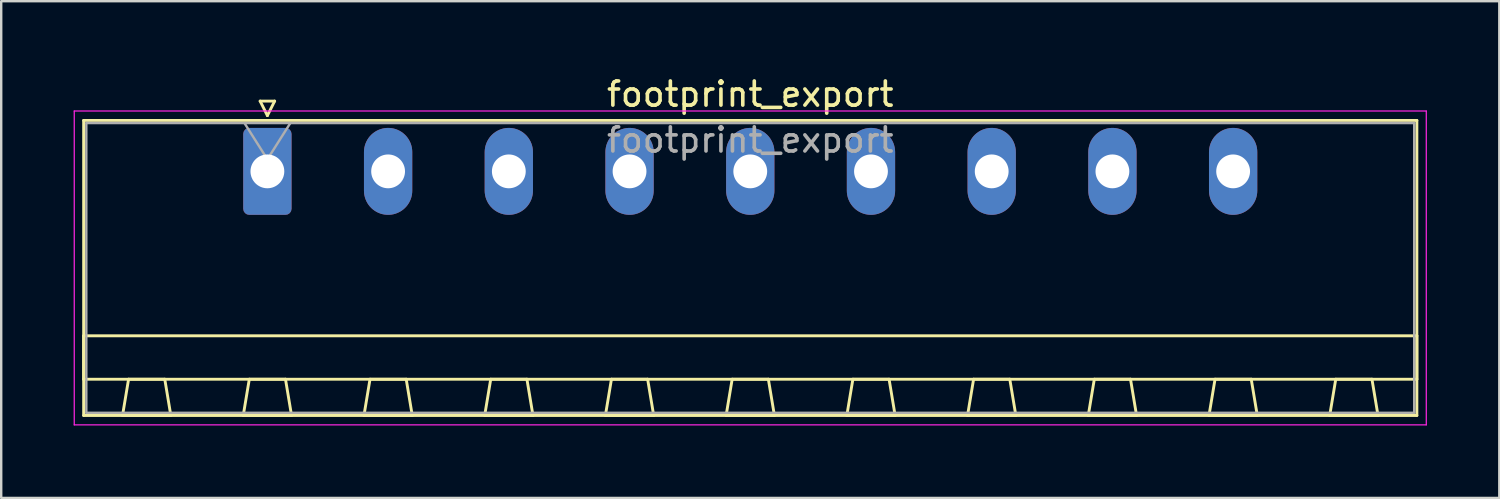
<source format=kicad_pcb>
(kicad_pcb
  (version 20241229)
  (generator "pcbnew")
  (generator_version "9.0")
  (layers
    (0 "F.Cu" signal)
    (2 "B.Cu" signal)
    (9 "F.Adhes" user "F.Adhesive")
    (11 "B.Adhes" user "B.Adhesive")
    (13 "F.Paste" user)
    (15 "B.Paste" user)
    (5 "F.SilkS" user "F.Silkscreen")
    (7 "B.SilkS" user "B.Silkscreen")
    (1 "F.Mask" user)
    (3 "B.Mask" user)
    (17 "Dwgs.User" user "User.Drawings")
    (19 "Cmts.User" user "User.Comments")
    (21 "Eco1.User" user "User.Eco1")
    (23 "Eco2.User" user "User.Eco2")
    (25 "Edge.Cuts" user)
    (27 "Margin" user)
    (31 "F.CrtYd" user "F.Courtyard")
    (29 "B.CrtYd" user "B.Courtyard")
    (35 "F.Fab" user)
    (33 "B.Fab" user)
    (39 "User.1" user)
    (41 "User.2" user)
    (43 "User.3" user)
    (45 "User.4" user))
  (footprint "footprint_export"
    (layer "F.Cu")
    (at 8.025 4.048)
    (property "Reference" "footprint_export" (at 20 -3.2 0) (layer "F.SilkS") (effects (font (size 1 1) (thickness 0.15))))
    (attr through_hole)
    (fp_line (start -7.61 -2.11) (end -7.61 10.11) (stroke (width 0.12) (type solid)) (layer "F.SilkS"))
    (fp_line (start -7.61 6.81) (end 47.61 6.81) (stroke (width 0.12) (type solid)) (layer "F.SilkS"))
    (fp_line (start -7.61 8.61) (end -7.61 6.81) (stroke (width 0.12) (type solid)) (layer "F.SilkS"))
    (fp_line (start -7.61 10.11) (end 47.61 10.11) (stroke (width 0.12) (type solid)) (layer "F.SilkS"))
    (fp_line (start -6 10.11) (end -4 10.11) (stroke (width 0.12) (type solid)) (layer "F.SilkS"))
    (fp_line (start -5.75 8.61) (end -6 10.11) (stroke (width 0.12) (type solid)) (layer "F.SilkS"))
    (fp_line (start -4.25 8.61) (end -5.75 8.61) (stroke (width 0.12) (type solid)) (layer "F.SilkS"))
    (fp_line (start -4 10.11) (end -4.25 8.61) (stroke (width 0.12) (type solid)) (layer "F.SilkS"))
    (fp_line (start -1 10.11) (end 1 10.11) (stroke (width 0.12) (type solid)) (layer "F.SilkS"))
    (fp_line (start -0.75 8.61) (end -1 10.11) (stroke (width 0.12) (type solid)) (layer "F.SilkS"))
    (fp_line (start -0.3 -2.91) (end 0.3 -2.91) (stroke (width 0.12) (type solid)) (layer "F.SilkS"))
    (fp_line (start 0 -2.31) (end -0.3 -2.91) (stroke (width 0.12) (type solid)) (layer "F.SilkS"))
    (fp_line (start 0.3 -2.91) (end 0 -2.31) (stroke (width 0.12) (type solid)) (layer "F.SilkS"))
    (fp_line (start 0.75 8.61) (end -0.75 8.61) (stroke (width 0.12) (type solid)) (layer "F.SilkS"))
    (fp_line (start 1 10.11) (end 0.75 8.61) (stroke (width 0.12) (type solid)) (layer "F.SilkS"))
    (fp_line (start 4 10.11) (end 6 10.11) (stroke (width 0.12) (type solid)) (layer "F.SilkS"))
    (fp_line (start 4.25 8.61) (end 4 10.11) (stroke (width 0.12) (type solid)) (layer "F.SilkS"))
    (fp_line (start 5.75 8.61) (end 4.25 8.61) (stroke (width 0.12) (type solid)) (layer "F.SilkS"))
    (fp_line (start 6 10.11) (end 5.75 8.61) (stroke (width 0.12) (type solid)) (layer "F.SilkS"))
    (fp_line (start 9 10.11) (end 11 10.11) (stroke (width 0.12) (type solid)) (layer "F.SilkS"))
    (fp_line (start 9.25 8.61) (end 9 10.11) (stroke (width 0.12) (type solid)) (layer "F.SilkS"))
    (fp_line (start 10.75 8.61) (end 9.25 8.61) (stroke (width 0.12) (type solid)) (layer "F.SilkS"))
    (fp_line (start 11 10.11) (end 10.75 8.61) (stroke (width 0.12) (type solid)) (layer "F.SilkS"))
    (fp_line (start 14 10.11) (end 16 10.11) (stroke (width 0.12) (type solid)) (layer "F.SilkS"))
    (fp_line (start 14.25 8.61) (end 14 10.11) (stroke (width 0.12) (type solid)) (layer "F.SilkS"))
    (fp_line (start 15.75 8.61) (end 14.25 8.61) (stroke (width 0.12) (type solid)) (layer "F.SilkS"))
    (fp_line (start 16 10.11) (end 15.75 8.61) (stroke (width 0.12) (type solid)) (layer "F.SilkS"))
    (fp_line (start 19 10.11) (end 21 10.11) (stroke (width 0.12) (type solid)) (layer "F.SilkS"))
    (fp_line (start 19.25 8.61) (end 19 10.11) (stroke (width 0.12) (type solid)) (layer "F.SilkS"))
    (fp_line (start 20.75 8.61) (end 19.25 8.61) (stroke (width 0.12) (type solid)) (layer "F.SilkS"))
    (fp_line (start 21 10.11) (end 20.75 8.61) (stroke (width 0.12) (type solid)) (layer "F.SilkS"))
    (fp_line (start 24 10.11) (end 26 10.11) (stroke (width 0.12) (type solid)) (layer "F.SilkS"))
    (fp_line (start 24.25 8.61) (end 24 10.11) (stroke (width 0.12) (type solid)) (layer "F.SilkS"))
    (fp_line (start 25.75 8.61) (end 24.25 8.61) (stroke (width 0.12) (type solid)) (layer "F.SilkS"))
    (fp_line (start 26 10.11) (end 25.75 8.61) (stroke (width 0.12) (type solid)) (layer "F.SilkS"))
    (fp_line (start 29 10.11) (end 31 10.11) (stroke (width 0.12) (type solid)) (layer "F.SilkS"))
    (fp_line (start 29.25 8.61) (end 29 10.11) (stroke (width 0.12) (type solid)) (layer "F.SilkS"))
    (fp_line (start 30.75 8.61) (end 29.25 8.61) (stroke (width 0.12) (type solid)) (layer "F.SilkS"))
    (fp_line (start 31 10.11) (end 30.75 8.61) (stroke (width 0.12) (type solid)) (layer "F.SilkS"))
    (fp_line (start 34 10.11) (end 36 10.11) (stroke (width 0.12) (type solid)) (layer "F.SilkS"))
    (fp_line (start 34.25 8.61) (end 34 10.11) (stroke (width 0.12) (type solid)) (layer "F.SilkS"))
    (fp_line (start 35.75 8.61) (end 34.25 8.61) (stroke (width 0.12) (type solid)) (layer "F.SilkS"))
    (fp_line (start 36 10.11) (end 35.75 8.61) (stroke (width 0.12) (type solid)) (layer "F.SilkS"))
    (fp_line (start 39 10.11) (end 41 10.11) (stroke (width 0.12) (type solid)) (layer "F.SilkS"))
    (fp_line (start 39.25 8.61) (end 39 10.11) (stroke (width 0.12) (type solid)) (layer "F.SilkS"))
    (fp_line (start 40.75 8.61) (end 39.25 8.61) (stroke (width 0.12) (type solid)) (layer "F.SilkS"))
    (fp_line (start 41 10.11) (end 40.75 8.61) (stroke (width 0.12) (type solid)) (layer "F.SilkS"))
    (fp_line (start 44 10.11) (end 46 10.11) (stroke (width 0.12) (type solid)) (layer "F.SilkS"))
    (fp_line (start 44.25 8.61) (end 44 10.11) (stroke (width 0.12) (type solid)) (layer "F.SilkS"))
    (fp_line (start 45.75 8.61) (end 44.25 8.61) (stroke (width 0.12) (type solid)) (layer "F.SilkS"))
    (fp_line (start 46 10.11) (end 45.75 8.61) (stroke (width 0.12) (type solid)) (layer "F.SilkS"))
    (fp_line (start 47.61 -2.11) (end -7.61 -2.11) (stroke (width 0.12) (type solid)) (layer "F.SilkS"))
    (fp_line (start 47.61 6.81) (end 47.61 8.61) (stroke (width 0.12) (type solid)) (layer "F.SilkS"))
    (fp_line (start 47.61 8.61) (end -7.61 8.61) (stroke (width 0.12) (type solid)) (layer "F.SilkS"))
    (fp_line (start 47.61 10.11) (end 47.61 -2.11) (stroke (width 0.12) (type solid)) (layer "F.SilkS"))
    (fp_line (start -8 -2.5) (end -8 10.5) (stroke (width 0.05) (type solid)) (layer "F.CrtYd"))
    (fp_line (start -8 10.5) (end 48 10.5) (stroke (width 0.05) (type solid)) (layer "F.CrtYd"))
    (fp_line (start 48 -2.5) (end -8 -2.5) (stroke (width 0.05) (type solid)) (layer "F.CrtYd"))
    (fp_line (start 48 10.5) (end 48 -2.5) (stroke (width 0.05) (type solid)) (layer "F.CrtYd"))
    (fp_line (start -7.5 -2) (end -7.5 10) (stroke (width 0.1) (type solid)) (layer "F.Fab"))
    (fp_line (start -7.5 10) (end 47.5 10) (stroke (width 0.1) (type solid)) (layer "F.Fab"))
    (fp_line (start 0 -0.5) (end -0.95 -2) (stroke (width 0.1) (type solid)) (layer "F.Fab"))
    (fp_line (start 0.95 -2) (end 0 -0.5) (stroke (width 0.1) (type solid)) (layer "F.Fab"))
    (fp_line (start 47.5 -2) (end -7.5 -2) (stroke (width 0.1) (type solid)) (layer "F.Fab"))
    (fp_line (start 47.5 10) (end 47.5 -2) (stroke (width 0.1) (type solid)) (layer "F.Fab"))
    (fp_text user "${REFERENCE}" (at 20 -1.3 0) (layer "F.Fab") (effects (font (size 1 1) (thickness 0.15))))
    (pad "1" thru_hole roundrect (at 0 0) (size 2 3.6) (drill 1.4) (layers "*.Cu" "*.Mask") (roundrect_rratio 0.125))
    (pad "2" thru_hole oval (at 5 0) (size 2 3.6) (drill 1.4) (layers "*.Cu" "*.Mask"))
    (pad "3" thru_hole oval (at 10 0) (size 2 3.6) (drill 1.4) (layers "*.Cu" "*.Mask"))
    (pad "4" thru_hole oval (at 15 0) (size 2 3.6) (drill 1.4) (layers "*.Cu" "*.Mask"))
    (pad "5" thru_hole oval (at 20 0) (size 2 3.6) (drill 1.4) (layers "*.Cu" "*.Mask"))
    (pad "6" thru_hole oval (at 25 0) (size 2 3.6) (drill 1.4) (layers "*.Cu" "*.Mask"))
    (pad "7" thru_hole oval (at 30 0) (size 2 3.6) (drill 1.4) (layers "*.Cu" "*.Mask"))
    (pad "8" thru_hole oval (at 35 0) (size 2 3.6) (drill 1.4) (layers "*.Cu" "*.Mask"))
    (pad "9" thru_hole oval (at 40 0) (size 2 3.6) (drill 1.4) (layers "*.Cu" "*.Mask")))
  (gr_rect
    (start -3 -3)
    (end 59.05 17.573)
    (stroke (width 0.1) (type default))
    (fill no)
    (layer "Edge.Cuts")))
</source>
